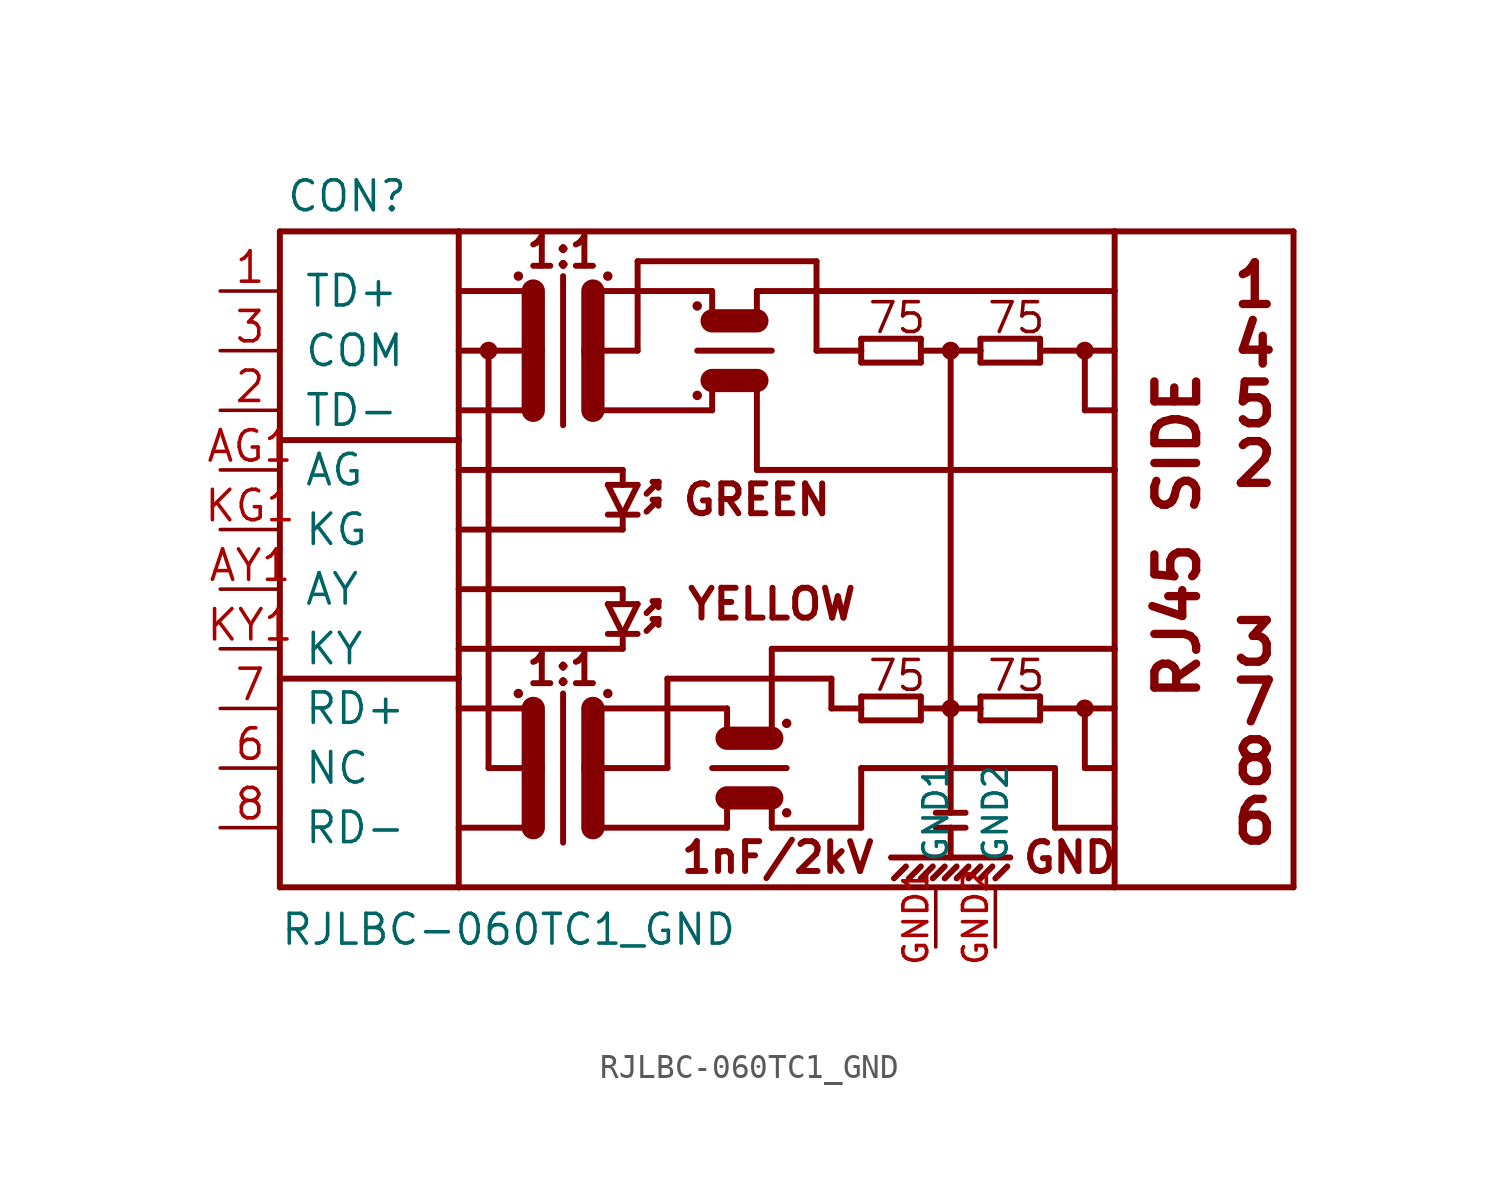
<source format=kicad_sym>
(kicad_symbol_lib
  (version 20211014)
  (generator kicad_symbol_editor)
  (symbol "RJLBC-060TC1_GND"
    (pin_names
      (offset 1.016))
    (property "Reference" "CON"
      (at -22.606 16.002 0)
      (effects (font (size 1.27 1.27)) (justify left bottom)))
    (property "Value" "RJLBC-060TC1_GND"
      (at -22.86 -15.24 0)
      (effects (font (size 1.27 1.27)) (justify left bottom)))
    (property "ki_locked" ""
      (at 0 0 0)
      (effects (font (size 1.27 1.27))))
    (symbol "RJLBC-060TC1_GND_1_0"
      (polyline (pts (xy -22.86 -12.7) (xy -15.24 -12.7)) (stroke (width 0.254) (type default) (color 0 0 0 0)) (fill (type none)))
      (polyline (pts (xy -22.86 -3.81) (xy -22.86 -12.7)) (stroke (width 0.254) (type default) (color 0 0 0 0)) (fill (type none)))
      (polyline (pts (xy -22.86 -3.81) (xy -15.24 -3.81)) (stroke (width 0.254) (type default) (color 0 0 0 0)) (fill (type none)))
      (polyline (pts (xy -22.86 6.35) (xy -22.86 -3.81)) (stroke (width 0.254) (type default) (color 0 0 0 0)) (fill (type none)))
      (polyline (pts (xy -22.86 6.35) (xy -15.24 6.35)) (stroke (width 0.254) (type default) (color 0 0 0 0)) (fill (type none)))
      (polyline (pts (xy -22.86 15.24) (xy -22.86 6.35)) (stroke (width 0.254) (type default) (color 0 0 0 0)) (fill (type none)))
      (polyline (pts (xy -22.86 15.24) (xy -15.24 15.24)) (stroke (width 0.254) (type default) (color 0 0 0 0)) (fill (type none)))
      (polyline (pts (xy -15.24 -12.7) (xy 12.7 -12.7)) (stroke (width 0.254) (type default) (color 0 0 0 0)) (fill (type none)))
      (polyline (pts (xy -15.24 -10.16) (xy -15.24 -12.7)) (stroke (width 0.254) (type default) (color 0 0 0 0)) (fill (type none)))
      (polyline (pts (xy -15.24 -10.16) (xy -12.065 -10.16)) (stroke (width 0.254) (type default) (color 0 0 0 0)) (fill (type none)))
      (polyline (pts (xy -15.24 -5.08) (xy -15.24 -10.16)) (stroke (width 0.254) (type default) (color 0 0 0 0)) (fill (type none)))
      (polyline (pts (xy -15.24 -3.81) (xy -15.24 -5.08)) (stroke (width 0.254) (type default) (color 0 0 0 0)) (fill (type none)))
      (polyline (pts (xy -15.24 -2.54) (xy -15.24 -3.81)) (stroke (width 0.254) (type default) (color 0 0 0 0)) (fill (type none)))
      (polyline (pts (xy -15.24 0) (xy -15.24 -2.54)) (stroke (width 0.254) (type default) (color 0 0 0 0)) (fill (type none)))
      (polyline (pts (xy -15.24 2.54) (xy -15.24 0)) (stroke (width 0.254) (type default) (color 0 0 0 0)) (fill (type none)))
      (polyline (pts (xy -15.24 5.08) (xy -15.24 2.54)) (stroke (width 0.254) (type default) (color 0 0 0 0)) (fill (type none)))
      (polyline (pts (xy -15.24 6.35) (xy -15.24 5.08)) (stroke (width 0.254) (type default) (color 0 0 0 0)) (fill (type none)))
      (polyline (pts (xy -15.24 10.16) (xy -15.24 6.35)) (stroke (width 0.254) (type default) (color 0 0 0 0)) (fill (type none)))
      (polyline (pts (xy -15.24 15.24) (xy -15.24 10.16)) (stroke (width 0.254) (type default) (color 0 0 0 0)) (fill (type none)))
      (polyline (pts (xy -15.24 15.24) (xy 12.7 15.24)) (stroke (width 0.254) (type default) (color 0 0 0 0)) (fill (type none)))
      (polyline (pts (xy -13.97 -7.62) (xy -12.065 -7.62)) (stroke (width 0.254) (type default) (color 0 0 0 0)) (fill (type none)))
      (polyline (pts (xy -13.97 10.16) (xy -15.24 10.16)) (stroke (width 0.254) (type default) (color 0 0 0 0)) (fill (type none)))
      (polyline (pts (xy -13.97 10.16) (xy -13.97 -7.62)) (stroke (width 0.254) (type default) (color 0 0 0 0)) (fill (type none)))
      (polyline (pts (xy -12.065 -7.62) (xy -12.065 -10.16)) (stroke (width 0.991) (type default) (color 0 0 0 0)) (fill (type none)))
      (polyline (pts (xy -12.065 -5.08) (xy -15.24 -5.08)) (stroke (width 0.254) (type default) (color 0 0 0 0)) (fill (type none)))
      (polyline (pts (xy -12.065 -5.08) (xy -12.065 -7.62)) (stroke (width 0.991) (type default) (color 0 0 0 0)) (fill (type none)))
      (polyline (pts (xy -12.065 7.62) (xy -15.24 7.62)) (stroke (width 0.254) (type default) (color 0 0 0 0)) (fill (type none)))
      (polyline (pts (xy -12.065 10.16) (xy -13.97 10.16)) (stroke (width 0.254) (type default) (color 0 0 0 0)) (fill (type none)))
      (polyline (pts (xy -12.065 10.16) (xy -12.065 7.62)) (stroke (width 0.991) (type default) (color 0 0 0 0)) (fill (type none)))
      (polyline (pts (xy -12.065 12.7) (xy -15.24 12.7)) (stroke (width 0.254) (type default) (color 0 0 0 0)) (fill (type none)))
      (polyline (pts (xy -12.065 12.7) (xy -12.065 10.16)) (stroke (width 0.991) (type default) (color 0 0 0 0)) (fill (type none)))
      (polyline (pts (xy -10.795 -4.445) (xy -10.795 -10.795)) (stroke (width 0.254) (type default) (color 0 0 0 0)) (fill (type none)))
      (polyline (pts (xy -10.795 13.335) (xy -10.795 6.985)) (stroke (width 0.254) (type default) (color 0 0 0 0)) (fill (type none)))
      (polyline (pts (xy -9.525 -7.62) (xy -9.525 -10.16)) (stroke (width 0.991) (type default) (color 0 0 0 0)) (fill (type none)))
      (polyline (pts (xy -9.525 -7.62) (xy -6.35 -7.62)) (stroke (width 0.254) (type default) (color 0 0 0 0)) (fill (type none)))
      (polyline (pts (xy -9.525 -5.08) (xy -9.525 -7.62)) (stroke (width 0.991) (type default) (color 0 0 0 0)) (fill (type none)))
      (polyline (pts (xy -9.525 -5.08) (xy -3.81 -5.08)) (stroke (width 0.254) (type default) (color 0 0 0 0)) (fill (type none)))
      (polyline (pts (xy -9.525 10.16) (xy -9.525 7.62)) (stroke (width 0.991) (type default) (color 0 0 0 0)) (fill (type none)))
      (polyline (pts (xy -9.525 10.16) (xy -7.62 10.16)) (stroke (width 0.254) (type default) (color 0 0 0 0)) (fill (type none)))
      (polyline (pts (xy -9.525 12.7) (xy -9.525 10.16)) (stroke (width 0.991) (type default) (color 0 0 0 0)) (fill (type none)))
      (polyline (pts (xy -9.525 12.7) (xy -4.445 12.7)) (stroke (width 0.254) (type default) (color 0 0 0 0)) (fill (type none)))
      (polyline (pts (xy -8.89 -1.905) (xy -8.255 -1.905)) (stroke (width 0.254) (type default) (color 0 0 0 0)) (fill (type none)))
      (polyline (pts (xy -8.89 -0.635) (xy -8.255 -0.635)) (stroke (width 0.254) (type default) (color 0 0 0 0)) (fill (type none)))
      (polyline (pts (xy -8.89 3.175) (xy -8.255 3.175)) (stroke (width 0.254) (type default) (color 0 0 0 0)) (fill (type none)))
      (polyline (pts (xy -8.89 4.445) (xy -8.255 4.445)) (stroke (width 0.254) (type default) (color 0 0 0 0)) (fill (type none)))
      (polyline (pts (xy -8.255 -2.54) (xy -15.24 -2.54)) (stroke (width 0.254) (type default) (color 0 0 0 0)) (fill (type none)))
      (polyline (pts (xy -8.255 -1.905) (xy -8.89 -0.635)) (stroke (width 0.254) (type default) (color 0 0 0 0)) (fill (type none)))
      (polyline (pts (xy -8.255 -1.905) (xy -8.255 -2.54)) (stroke (width 0.254) (type default) (color 0 0 0 0)) (fill (type none)))
      (polyline (pts (xy -8.255 -1.905) (xy -7.62 -1.905)) (stroke (width 0.254) (type default) (color 0 0 0 0)) (fill (type none)))
      (polyline (pts (xy -8.255 -0.635) (xy -8.255 0)) (stroke (width 0.254) (type default) (color 0 0 0 0)) (fill (type none)))
      (polyline (pts (xy -8.255 -0.635) (xy -7.62 -0.635)) (stroke (width 0.254) (type default) (color 0 0 0 0)) (fill (type none)))
      (polyline (pts (xy -8.255 0) (xy -15.24 0)) (stroke (width 0.254) (type default) (color 0 0 0 0)) (fill (type none)))
      (polyline (pts (xy -8.255 2.54) (xy -15.24 2.54)) (stroke (width 0.254) (type default) (color 0 0 0 0)) (fill (type none)))
      (polyline (pts (xy -8.255 3.175) (xy -8.89 4.445)) (stroke (width 0.254) (type default) (color 0 0 0 0)) (fill (type none)))
      (polyline (pts (xy -8.255 3.175) (xy -8.255 2.54)) (stroke (width 0.254) (type default) (color 0 0 0 0)) (fill (type none)))
      (polyline (pts (xy -8.255 3.175) (xy -7.62 3.175)) (stroke (width 0.254) (type default) (color 0 0 0 0)) (fill (type none)))
      (polyline (pts (xy -8.255 4.445) (xy -8.255 5.08)) (stroke (width 0.254) (type default) (color 0 0 0 0)) (fill (type none)))
      (polyline (pts (xy -8.255 4.445) (xy -7.62 4.445)) (stroke (width 0.254) (type default) (color 0 0 0 0)) (fill (type none)))
      (polyline (pts (xy -8.255 5.08) (xy -15.24 5.08)) (stroke (width 0.254) (type default) (color 0 0 0 0)) (fill (type none)))
      (polyline (pts (xy -7.62 -0.635) (xy -8.255 -1.905)) (stroke (width 0.254) (type default) (color 0 0 0 0)) (fill (type none)))
      (polyline (pts (xy -7.62 4.445) (xy -8.255 3.175)) (stroke (width 0.254) (type default) (color 0 0 0 0)) (fill (type none)))
      (polyline (pts (xy -7.62 10.16) (xy -7.62 13.97)) (stroke (width 0.254) (type default) (color 0 0 0 0)) (fill (type none)))
      (polyline (pts (xy -7.62 13.97) (xy 0 13.97)) (stroke (width 0.254) (type default) (color 0 0 0 0)) (fill (type none)))
      (polyline (pts (xy -7.239 -1.778) (xy -6.731 -1.27)) (stroke (width 0.254) (type default) (color 0 0 0 0)) (fill (type none)))
      (polyline (pts (xy -7.239 -1.016) (xy -6.731 -0.508)) (stroke (width 0.254) (type default) (color 0 0 0 0)) (fill (type none)))
      (polyline (pts (xy -7.239 3.302) (xy -6.731 3.81)) (stroke (width 0.254) (type default) (color 0 0 0 0)) (fill (type none)))
      (polyline (pts (xy -7.239 4.064) (xy -6.731 4.572)) (stroke (width 0.254) (type default) (color 0 0 0 0)) (fill (type none)))
      (polyline (pts (xy -6.731 -1.27) (xy -6.985 -1.27)) (stroke (width 0.254) (type default) (color 0 0 0 0)) (fill (type none)))
      (polyline (pts (xy -6.731 -1.27) (xy -6.731 -1.524)) (stroke (width 0.254) (type default) (color 0 0 0 0)) (fill (type none)))
      (polyline (pts (xy -6.731 -0.508) (xy -6.985 -0.508)) (stroke (width 0.254) (type default) (color 0 0 0 0)) (fill (type none)))
      (polyline (pts (xy -6.731 -0.508) (xy -6.731 -0.762)) (stroke (width 0.254) (type default) (color 0 0 0 0)) (fill (type none)))
      (polyline (pts (xy -6.731 3.81) (xy -6.985 3.81)) (stroke (width 0.254) (type default) (color 0 0 0 0)) (fill (type none)))
      (polyline (pts (xy -6.731 3.81) (xy -6.731 3.556)) (stroke (width 0.254) (type default) (color 0 0 0 0)) (fill (type none)))
      (polyline (pts (xy -6.731 4.572) (xy -6.985 4.572)) (stroke (width 0.254) (type default) (color 0 0 0 0)) (fill (type none)))
      (polyline (pts (xy -6.731 4.572) (xy -6.731 4.318)) (stroke (width 0.254) (type default) (color 0 0 0 0)) (fill (type none)))
      (polyline (pts (xy -6.35 -7.62) (xy -6.35 -3.81)) (stroke (width 0.254) (type default) (color 0 0 0 0)) (fill (type none)))
      (polyline (pts (xy -6.35 -3.81) (xy 0.635 -3.81)) (stroke (width 0.254) (type default) (color 0 0 0 0)) (fill (type none)))
      (polyline (pts (xy -5.08 10.16) (xy -1.905 10.16)) (stroke (width 0.254) (type default) (color 0 0 0 0)) (fill (type none)))
      (polyline (pts (xy -4.445 -7.62) (xy -1.27 -7.62)) (stroke (width 0.254) (type default) (color 0 0 0 0)) (fill (type none)))
      (polyline (pts (xy -4.445 7.62) (xy -9.525 7.62)) (stroke (width 0.254) (type default) (color 0 0 0 0)) (fill (type none)))
      (polyline (pts (xy -4.445 8.89) (xy -4.445 7.62)) (stroke (width 0.254) (type default) (color 0 0 0 0)) (fill (type none)))
      (polyline (pts (xy -4.445 8.89) (xy -2.54 8.89)) (stroke (width 0.991) (type default) (color 0 0 0 0)) (fill (type none)))
      (polyline (pts (xy -4.445 11.43) (xy -4.445 12.7)) (stroke (width 0.254) (type default) (color 0 0 0 0)) (fill (type none)))
      (polyline (pts (xy -4.445 11.43) (xy -2.54 11.43)) (stroke (width 0.991) (type default) (color 0 0 0 0)) (fill (type none)))
      (polyline (pts (xy -3.81 -10.16) (xy -9.525 -10.16)) (stroke (width 0.254) (type default) (color 0 0 0 0)) (fill (type none)))
      (polyline (pts (xy -3.81 -10.16) (xy -3.81 -8.89)) (stroke (width 0.254) (type default) (color 0 0 0 0)) (fill (type none)))
      (polyline (pts (xy -3.81 -8.89) (xy -1.905 -8.89)) (stroke (width 0.991) (type default) (color 0 0 0 0)) (fill (type none)))
      (polyline (pts (xy -3.81 -6.35) (xy -3.81 -5.08)) (stroke (width 0.254) (type default) (color 0 0 0 0)) (fill (type none)))
      (polyline (pts (xy -3.81 -6.35) (xy -1.905 -6.35)) (stroke (width 0.991) (type default) (color 0 0 0 0)) (fill (type none)))
      (polyline (pts (xy -2.54 5.08) (xy 12.7 5.08)) (stroke (width 0.254) (type default) (color 0 0 0 0)) (fill (type none)))
      (polyline (pts (xy -2.54 8.89) (xy -2.54 5.08)) (stroke (width 0.254) (type default) (color 0 0 0 0)) (fill (type none)))
      (polyline (pts (xy -2.54 11.43) (xy -2.54 12.7)) (stroke (width 0.254) (type default) (color 0 0 0 0)) (fill (type none)))
      (polyline (pts (xy -2.54 12.7) (xy 12.7 12.7)) (stroke (width 0.254) (type default) (color 0 0 0 0)) (fill (type none)))
      (polyline (pts (xy -1.905 -8.89) (xy -1.905 -10.16)) (stroke (width 0.254) (type default) (color 0 0 0 0)) (fill (type none)))
      (polyline (pts (xy -1.905 -6.35) (xy -1.905 -2.54)) (stroke (width 0.254) (type default) (color 0 0 0 0)) (fill (type none)))
      (polyline (pts (xy -1.905 -2.54) (xy 12.7 -2.54)) (stroke (width 0.254) (type default) (color 0 0 0 0)) (fill (type none)))
      (polyline (pts (xy 0 10.16) (xy 1.905 10.16)) (stroke (width 0.254) (type default) (color 0 0 0 0)) (fill (type none)))
      (polyline (pts (xy 0 13.97) (xy 0 10.16)) (stroke (width 0.254) (type default) (color 0 0 0 0)) (fill (type none)))
      (polyline (pts (xy 0.635 -5.08) (xy 1.905 -5.08)) (stroke (width 0.254) (type default) (color 0 0 0 0)) (fill (type none)))
      (polyline (pts (xy 0.635 -3.81) (xy 0.635 -5.08)) (stroke (width 0.254) (type default) (color 0 0 0 0)) (fill (type none)))
      (polyline (pts (xy 1.905 -10.16) (xy -1.905 -10.16)) (stroke (width 0.254) (type default) (color 0 0 0 0)) (fill (type none)))
      (polyline (pts (xy 1.905 -7.62) (xy 1.905 -10.16)) (stroke (width 0.254) (type default) (color 0 0 0 0)) (fill (type none)))
      (polyline (pts (xy 1.905 -5.588) (xy 4.445 -5.588)) (stroke (width 0.254) (type default) (color 0 0 0 0)) (fill (type none)))
      (polyline (pts (xy 1.905 -5.08) (xy 1.905 -5.588)) (stroke (width 0.254) (type default) (color 0 0 0 0)) (fill (type none)))
      (polyline (pts (xy 1.905 -4.572) (xy 1.905 -5.08)) (stroke (width 0.254) (type default) (color 0 0 0 0)) (fill (type none)))
      (polyline (pts (xy 1.905 9.652) (xy 4.445 9.652)) (stroke (width 0.254) (type default) (color 0 0 0 0)) (fill (type none)))
      (polyline (pts (xy 1.905 10.16) (xy 1.905 9.652)) (stroke (width 0.254) (type default) (color 0 0 0 0)) (fill (type none)))
      (polyline (pts (xy 1.905 10.668) (xy 1.905 10.16)) (stroke (width 0.254) (type default) (color 0 0 0 0)) (fill (type none)))
      (polyline (pts (xy 3.175 -11.43) (xy 8.255 -11.43)) (stroke (width 0.254) (type default) (color 0 0 0 0)) (fill (type none)))
      (polyline (pts (xy 3.302 -12.319) (xy 3.81 -11.811)) (stroke (width 0.254) (type default) (color 0 0 0 0)) (fill (type none)))
      (polyline (pts (xy 3.937 -12.319) (xy 4.445 -11.811)) (stroke (width 0.254) (type default) (color 0 0 0 0)) (fill (type none)))
      (polyline (pts (xy 4.445 -12.319) (xy 4.953 -11.811)) (stroke (width 0.254) (type default) (color 0 0 0 0)) (fill (type none)))
      (polyline (pts (xy 4.445 -5.588) (xy 4.445 -4.572)) (stroke (width 0.254) (type default) (color 0 0 0 0)) (fill (type none)))
      (polyline (pts (xy 4.445 -5.08) (xy 5.715 -5.08)) (stroke (width 0.254) (type default) (color 0 0 0 0)) (fill (type none)))
      (polyline (pts (xy 4.445 -4.572) (xy 1.905 -4.572)) (stroke (width 0.254) (type default) (color 0 0 0 0)) (fill (type none)))
      (polyline (pts (xy 4.445 9.652) (xy 4.445 10.668)) (stroke (width 0.254) (type default) (color 0 0 0 0)) (fill (type none)))
      (polyline (pts (xy 4.445 10.16) (xy 5.715 10.16)) (stroke (width 0.254) (type default) (color 0 0 0 0)) (fill (type none)))
      (polyline (pts (xy 4.445 10.668) (xy 1.905 10.668)) (stroke (width 0.254) (type default) (color 0 0 0 0)) (fill (type none)))
      (polyline (pts (xy 4.953 -12.319) (xy 5.461 -11.811)) (stroke (width 0.254) (type default) (color 0 0 0 0)) (fill (type none)))
      (polyline (pts (xy 5.08 -10.16) (xy 5.715 -10.16)) (stroke (width 0.254) (type default) (color 0 0 0 0)) (fill (type none)))
      (polyline (pts (xy 5.08 -9.525) (xy 6.35 -9.525)) (stroke (width 0.254) (type default) (color 0 0 0 0)) (fill (type none)))
      (polyline (pts (xy 5.461 -12.319) (xy 5.969 -11.811)) (stroke (width 0.254) (type default) (color 0 0 0 0)) (fill (type none)))
      (polyline (pts (xy 5.715 -10.16) (xy 5.715 -11.43)) (stroke (width 0.254) (type default) (color 0 0 0 0)) (fill (type none)))
      (polyline (pts (xy 5.715 -10.16) (xy 6.35 -10.16)) (stroke (width 0.254) (type default) (color 0 0 0 0)) (fill (type none)))
      (polyline (pts (xy 5.715 -5.08) (xy 5.715 -9.525)) (stroke (width 0.254) (type default) (color 0 0 0 0)) (fill (type none)))
      (polyline (pts (xy 5.715 -5.08) (xy 6.985 -5.08)) (stroke (width 0.254) (type default) (color 0 0 0 0)) (fill (type none)))
      (polyline (pts (xy 5.715 10.16) (xy 5.715 -5.08)) (stroke (width 0.254) (type default) (color 0 0 0 0)) (fill (type none)))
      (polyline (pts (xy 5.715 10.16) (xy 6.985 10.16)) (stroke (width 0.254) (type default) (color 0 0 0 0)) (fill (type none)))
      (polyline (pts (xy 5.969 -12.319) (xy 6.477 -11.811)) (stroke (width 0.254) (type default) (color 0 0 0 0)) (fill (type none)))
      (polyline (pts (xy 6.477 -12.319) (xy 6.985 -11.811)) (stroke (width 0.254) (type default) (color 0 0 0 0)) (fill (type none)))
      (polyline (pts (xy 6.985 -12.319) (xy 7.493 -11.811)) (stroke (width 0.254) (type default) (color 0 0 0 0)) (fill (type none)))
      (polyline (pts (xy 6.985 -5.588) (xy 9.525 -5.588)) (stroke (width 0.254) (type default) (color 0 0 0 0)) (fill (type none)))
      (polyline (pts (xy 6.985 -5.08) (xy 6.985 -5.588)) (stroke (width 0.254) (type default) (color 0 0 0 0)) (fill (type none)))
      (polyline (pts (xy 6.985 -4.572) (xy 6.985 -5.08)) (stroke (width 0.254) (type default) (color 0 0 0 0)) (fill (type none)))
      (polyline (pts (xy 6.985 9.652) (xy 9.525 9.652)) (stroke (width 0.254) (type default) (color 0 0 0 0)) (fill (type none)))
      (polyline (pts (xy 6.985 10.16) (xy 6.985 9.652)) (stroke (width 0.254) (type default) (color 0 0 0 0)) (fill (type none)))
      (polyline (pts (xy 6.985 10.668) (xy 6.985 10.16)) (stroke (width 0.254) (type default) (color 0 0 0 0)) (fill (type none)))
      (polyline (pts (xy 7.62 -12.319) (xy 8.128 -11.811)) (stroke (width 0.254) (type default) (color 0 0 0 0)) (fill (type none)))
      (polyline (pts (xy 9.525 -5.588) (xy 9.525 -5.08)) (stroke (width 0.254) (type default) (color 0 0 0 0)) (fill (type none)))
      (polyline (pts (xy 9.525 -5.08) (xy 9.525 -4.572)) (stroke (width 0.254) (type default) (color 0 0 0 0)) (fill (type none)))
      (polyline (pts (xy 9.525 -5.08) (xy 11.43 -5.08)) (stroke (width 0.254) (type default) (color 0 0 0 0)) (fill (type none)))
      (polyline (pts (xy 9.525 -4.572) (xy 6.985 -4.572)) (stroke (width 0.254) (type default) (color 0 0 0 0)) (fill (type none)))
      (polyline (pts (xy 9.525 9.652) (xy 9.525 10.16)) (stroke (width 0.254) (type default) (color 0 0 0 0)) (fill (type none)))
      (polyline (pts (xy 9.525 10.16) (xy 9.525 10.668)) (stroke (width 0.254) (type default) (color 0 0 0 0)) (fill (type none)))
      (polyline (pts (xy 9.525 10.16) (xy 11.43 10.16)) (stroke (width 0.254) (type default) (color 0 0 0 0)) (fill (type none)))
      (polyline (pts (xy 9.525 10.668) (xy 6.985 10.668)) (stroke (width 0.254) (type default) (color 0 0 0 0)) (fill (type none)))
      (polyline (pts (xy 10.16 -10.16) (xy 10.16 -7.62)) (stroke (width 0.254) (type default) (color 0 0 0 0)) (fill (type none)))
      (polyline (pts (xy 10.16 -7.62) (xy 1.905 -7.62)) (stroke (width 0.254) (type default) (color 0 0 0 0)) (fill (type none)))
      (polyline (pts (xy 11.43 -7.62) (xy 12.7 -7.62)) (stroke (width 0.254) (type default) (color 0 0 0 0)) (fill (type none)))
      (polyline (pts (xy 11.43 -5.08) (xy 11.43 -7.62)) (stroke (width 0.254) (type default) (color 0 0 0 0)) (fill (type none)))
      (polyline (pts (xy 11.43 -5.08) (xy 12.7 -5.08)) (stroke (width 0.254) (type default) (color 0 0 0 0)) (fill (type none)))
      (polyline (pts (xy 11.43 7.62) (xy 12.7 7.62)) (stroke (width 0.254) (type default) (color 0 0 0 0)) (fill (type none)))
      (polyline (pts (xy 11.43 10.16) (xy 11.43 7.62)) (stroke (width 0.254) (type default) (color 0 0 0 0)) (fill (type none)))
      (polyline (pts (xy 11.43 10.16) (xy 12.7 10.16)) (stroke (width 0.254) (type default) (color 0 0 0 0)) (fill (type none)))
      (polyline (pts (xy 12.7 -12.7) (xy 20.32 -12.7)) (stroke (width 0.254) (type default) (color 0 0 0 0)) (fill (type none)))
      (polyline (pts (xy 12.7 -10.16) (xy 10.16 -10.16)) (stroke (width 0.254) (type default) (color 0 0 0 0)) (fill (type none)))
      (polyline (pts (xy 12.7 -10.16) (xy 12.7 -12.7)) (stroke (width 0.254) (type default) (color 0 0 0 0)) (fill (type none)))
      (polyline (pts (xy 12.7 -2.54) (xy 12.7 -10.16)) (stroke (width 0.254) (type default) (color 0 0 0 0)) (fill (type none)))
      (polyline (pts (xy 12.7 5.08) (xy 12.7 -2.54)) (stroke (width 0.254) (type default) (color 0 0 0 0)) (fill (type none)))
      (polyline (pts (xy 12.7 7.62) (xy 12.7 5.08)) (stroke (width 0.254) (type default) (color 0 0 0 0)) (fill (type none)))
      (polyline (pts (xy 12.7 10.16) (xy 12.7 7.62)) (stroke (width 0.254) (type default) (color 0 0 0 0)) (fill (type none)))
      (polyline (pts (xy 12.7 12.7) (xy 12.7 10.16)) (stroke (width 0.254) (type default) (color 0 0 0 0)) (fill (type none)))
      (polyline (pts (xy 12.7 15.24) (xy 12.7 12.7)) (stroke (width 0.254) (type default) (color 0 0 0 0)) (fill (type none)))
      (polyline (pts (xy 12.7 15.24) (xy 20.32 15.24)) (stroke (width 0.254) (type default) (color 0 0 0 0)) (fill (type none)))
      (polyline (pts (xy 20.32 15.24) (xy 20.32 -12.7)) (stroke (width 0.254) (type default) (color 0 0 0 0)) (fill (type none)))
      (text "1" (at 18.669 12.954 0) (effects (font (size 1.778 1.778) bold)))
      (text "1:1" (at -10.795 -3.429 0) (effects (font (size 1.27 1.27) bold)))
      (text "1:1" (at -10.795 14.351 0) (effects (font (size 1.27 1.27) bold)))
      (text "1nF/2kV" (at -1.651 -11.43 0) (effects (font (size 1.27 1.27) bold)))
      (text "2" (at 18.669 5.334 0) (effects (font (size 1.778 1.778) bold)))
      (text "3" (at 18.669 -2.286 0) (effects (font (size 1.778 1.778) bold)))
      (text "4" (at 18.669 10.414 0) (effects (font (size 1.778 1.778) bold)))
      (text "5" (at 18.669 7.874 0) (effects (font (size 1.778 1.778) bold)))
      (text "6" (at 18.669 -9.906 0) (effects (font (size 1.778 1.778) bold)))
      (text "7" (at 18.669 -4.826 0) (effects (font (size 1.778 1.778) bold)))
      (text "75" (at 3.429 -3.683 0) (effects (font (size 1.27 1.27))))
      (text "75" (at 3.429 11.557 0) (effects (font (size 1.27 1.27))))
      (text "75" (at 8.509 -3.683 0) (effects (font (size 1.27 1.27))))
      (text "75" (at 8.509 11.557 0) (effects (font (size 1.27 1.27))))
      (text "8" (at 18.669 -7.366 0) (effects (font (size 1.778 1.778) bold)))
      (text "GND" (at 10.795 -11.43 0) (effects (font (size 1.27 1.27) bold)))
      (text "GREEN" (at -2.54 3.81 0) (effects (font (size 1.27 1.27) bold)))
      (text "RJ45 SIDE" (at 15.367 2.286 900) (effects (font (size 1.778 1.778) bold)))
      (text "YELLOW" (at -1.905 -0.635 0) (effects (font (size 1.27 1.27) bold))))
    (symbol "RJLBC-060TC1_GND_1_1"
      (circle (center -13.97 10.16) (radius 0.254) (stroke (width 0.254) (type default) (color 0 0 0 0)) (fill (type none)))
      (circle (center -12.7 -4.445) (radius 0.127) (stroke (width 0) (type default) (color 0 0 0 0)) (fill (type outline)))
      (circle (center -12.7 13.335) (radius 0.127) (stroke (width 0) (type default) (color 0 0 0 0)) (fill (type outline)))
      (circle (center -8.89 -4.445) (radius 0.127) (stroke (width 0) (type default) (color 0 0 0 0)) (fill (type outline)))
      (circle (center -8.89 13.335) (radius 0.127) (stroke (width 0) (type default) (color 0 0 0 0)) (fill (type outline)))
      (circle (center -5.08 8.255) (radius 0.127) (stroke (width 0) (type default) (color 0 0 0 0)) (fill (type outline)))
      (circle (center -5.08 12.065) (radius 0.127) (stroke (width 0) (type default) (color 0 0 0 0)) (fill (type outline)))
      (circle (center -1.27 -9.525) (radius 0.127) (stroke (width 0) (type default) (color 0 0 0 0)) (fill (type outline)))
      (circle (center -1.27 -5.715) (radius 0.127) (stroke (width 0) (type default) (color 0 0 0 0)) (fill (type outline)))
      (circle (center 5.715 -5.08) (radius 0.254) (stroke (width 0.254) (type default) (color 0 0 0 0)) (fill (type none)))
      (circle (center 5.715 10.16) (radius 0.254) (stroke (width 0.254) (type default) (color 0 0 0 0)) (fill (type none)))
      (circle (center 11.43 -5.08) (radius 0.254) (stroke (width 0.254) (type default) (color 0 0 0 0)) (fill (type none)))
      (circle (center 11.43 10.16) (radius 0.254) (stroke (width 0.254) (type default) (color 0 0 0 0)) (fill (type none)))
      (pin bidirectional line (at -25.4 12.7 0) (length 2.54) (name "TD+" (effects (font (size 1.295 1.295)))) (number "1" (effects (font (size 1.295 1.295)))))
      (pin bidirectional line (at -25.4 7.62 0) (length 2.54) (name "TD-" (effects (font (size 1.295 1.295)))) (number "2" (effects (font (size 1.295 1.295)))))
      (pin input line (at -25.4 10.16 0) (length 2.54) (name "COM" (effects (font (size 1.295 1.295)))) (number "3" (effects (font (size 1.295 1.295)))))
      (pin input line (at -25.4 -7.62 0) (length 2.54) (name "NC" (effects (font (size 1.295 1.295)))) (number "6" (effects (font (size 1.295 1.295)))))
      (pin bidirectional line (at -25.4 -5.08 0) (length 2.54) (name "RD+" (effects (font (size 1.295 1.295)))) (number "7" (effects (font (size 1.295 1.295)))))
      (pin bidirectional line (at -25.4 -10.16 0) (length 2.54) (name "RD-" (effects (font (size 1.295 1.295)))) (number "8" (effects (font (size 1.295 1.295)))))
      (pin passive line (at -25.4 5.08 0) (length 2.54) (name "AG" (effects (font (size 1.295 1.295)))) (number "AG1" (effects (font (size 1.295 1.295)))))
      (pin passive line (at -25.4 0 0) (length 2.54) (name "AY" (effects (font (size 1.295 1.295)))) (number "AY1" (effects (font (size 1.295 1.295)))))
      (pin input line (at 5.08 -15.24 90) (length 2.54) (name "GND1" (effects (font (size 1.016 1.016)))) (number "GND1" (effects (font (size 1.016 1.016)))))
      (pin input line (at 7.62 -15.24 90) (length 2.54) (name "GND2" (effects (font (size 1.016 1.016)))) (number "GND2" (effects (font (size 1.016 1.016)))))
      (pin passive line (at -25.4 2.54 0) (length 2.54) (name "KG" (effects (font (size 1.295 1.295)))) (number "KG1" (effects (font (size 1.295 1.295)))))
      (pin passive line (at -25.4 -2.54 0) (length 2.54) (name "KY" (effects (font (size 1.295 1.295)))) (number "KY1" (effects (font (size 1.295 1.295))))))))
</source>
